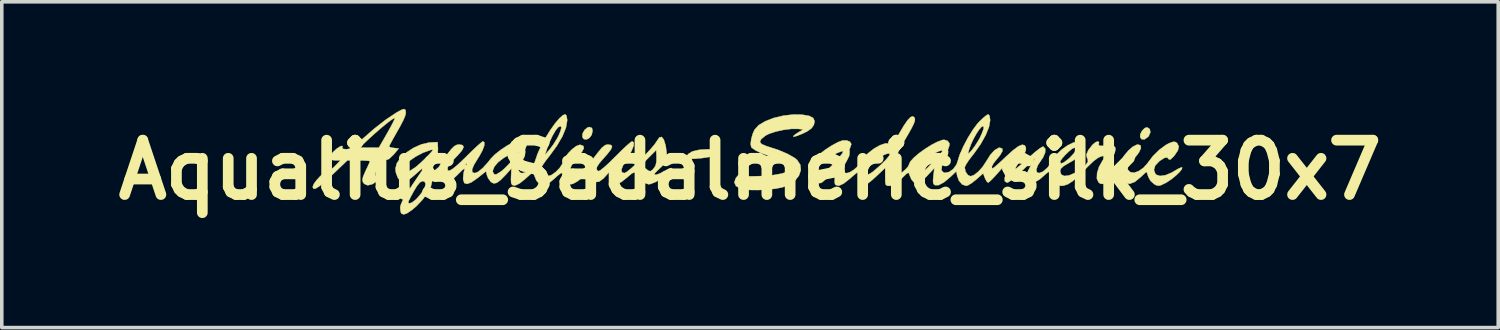
<source format=kicad_pcb>
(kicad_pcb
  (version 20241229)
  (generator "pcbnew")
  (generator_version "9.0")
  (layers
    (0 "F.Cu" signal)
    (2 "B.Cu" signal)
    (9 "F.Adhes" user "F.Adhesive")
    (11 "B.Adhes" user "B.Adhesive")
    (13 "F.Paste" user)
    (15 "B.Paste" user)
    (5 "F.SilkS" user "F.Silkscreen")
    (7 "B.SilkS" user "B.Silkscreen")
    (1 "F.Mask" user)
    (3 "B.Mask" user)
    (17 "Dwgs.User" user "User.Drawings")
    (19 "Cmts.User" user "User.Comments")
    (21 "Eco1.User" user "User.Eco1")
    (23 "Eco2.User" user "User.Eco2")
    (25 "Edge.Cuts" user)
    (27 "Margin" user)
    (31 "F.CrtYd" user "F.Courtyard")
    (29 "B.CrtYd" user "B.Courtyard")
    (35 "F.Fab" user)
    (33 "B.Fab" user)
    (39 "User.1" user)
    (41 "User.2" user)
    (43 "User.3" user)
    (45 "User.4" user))
  (footprint "Aqualius_Sadalmeric_silk_30x7"
    (layer "F.Cu")
    (at 17.969 1.713)
    (property "Reference" "Aqualius_Sadalmeric_silk_30x7" (at 0 0 0) (layer "F.SilkS") (effects (font (size 1.524 1.524) (thickness 0.3))))
    (attr through_hole)
    (fp_poly (pts (xy -4.43 -1.176) (xy -4.412 -1.095) (xy -4.438 -0.982) (xy -4.502 -0.898) (xy -4.582 -0.854) (xy -4.657 -0.865) (xy -4.697 -0.92) (xy -4.694 -1.018) (xy -4.637 -1.121) (xy -4.55 -1.191) (xy -4.5 -1.203) (xy -4.43 -1.176)) (stroke (width 0.01) (type solid)) (fill yes) (layer "F.SilkS"))
    (fp_poly (pts (xy 11.204 -1.144) (xy 11.219 -1.053) (xy 11.174 -0.95) (xy 11.16 -0.932) (xy 11.062 -0.859) (xy 10.979 -0.859) (xy 10.934 -0.914) (xy 10.937 -1.002) (xy 10.988 -1.1) (xy 11.063 -1.175) (xy 11.132 -1.194) (xy 11.204 -1.144)) (stroke (width 0.01) (type solid)) (fill yes) (layer "F.SilkS"))
    (fp_poly (pts (xy -0.992 -0.57) (xy -0.89 -0.543) (xy -0.873 -0.497) (xy -0.941 -0.431) (xy -0.955 -0.421) (xy -1.04 -0.388) (xy -1.174 -0.358) (xy -1.334 -0.334) (xy -1.498 -0.318) (xy -1.643 -0.312) (xy -1.745 -0.318) (xy -1.782 -0.339) (xy -1.738 -0.443) (xy -1.614 -0.52) (xy -1.417 -0.566) (xy -1.181 -0.579) (xy -0.992 -0.57)) (stroke (width 0.01) (type solid)) (fill yes) (layer "F.SilkS"))
    (fp_poly (pts (xy 1.454 -1.55) (xy 1.653 -1.517) (xy 1.771 -1.457) (xy 1.811 -1.365) (xy 1.788 -1.261) (xy 1.722 -1.166) (xy 1.598 -1.079) (xy 1.469 -1.016) (xy 1.316 -0.955) (xy 1.227 -0.931) (xy 1.209 -0.945) (xy 1.265 -0.995) (xy 1.348 -1.049) (xy 1.493 -1.136) (xy 1.337 -1.152) (xy 1.156 -1.151) (xy 0.94 -1.124) (xy 0.723 -1.076) (xy 0.537 -1.015) (xy 0.436 -0.964) (xy 0.315 -0.867) (xy 0.277 -0.79) (xy 0.324 -0.726) (xy 0.458 -0.668) (xy 0.521 -0.649) (xy 0.8 -0.558) (xy 1.047 -0.453) (xy 1.24 -0.344) (xy 1.318 -0.283) (xy 1.409 -0.147) (xy 1.424 0.004) (xy 1.371 0.159) (xy 1.258 0.302) (xy 1.091 0.418) (xy 0.907 0.487) (xy 0.711 0.525) (xy 0.478 0.55) (xy 0.235 0.563) (xy 0.009 0.561) (xy -0.175 0.545) (xy -0.267 0.524) (xy -0.395 0.448) (xy -0.439 0.346) (xy -0.397 0.226) (xy -0.339 0.157) (xy -0.252 0.087) (xy -0.172 0.047) (xy -0.119 0.042) (xy -0.111 0.075) (xy -0.139 0.117) (xy -0.158 0.148) (xy -0.145 0.168) (xy -0.087 0.178) (xy 0.028 0.179) (xy 0.215 0.174) (xy 0.313 0.171) (xy 0.637 0.146) (xy 0.893 0.101) (xy 1.075 0.037) (xy 1.177 -0.044) (xy 1.193 -0.077) (xy 1.169 -0.138) (xy 1.077 -0.209) (xy 0.935 -0.279) (xy 0.761 -0.338) (xy 0.67 -0.361) (xy 0.483 -0.41) (xy 0.3 -0.478) (xy 0.147 -0.553) (xy 0.048 -0.624) (xy 0.034 -0.641) (xy 0.018 -0.729) (xy 0.034 -0.864) (xy 0.076 -1.014) (xy 0.128 -1.13) (xy 0.244 -1.256) (xy 0.43 -1.367) (xy 0.667 -1.458) (xy 0.935 -1.522) (xy 1.216 -1.554) (xy 1.454 -1.55)) (stroke (width 0.01) (type solid)) (fill yes) (layer "F.SilkS"))
    (fp_poly (pts (xy -9.662 -1.688) (xy -9.654 -1.672) (xy -9.645 -1.608) (xy -9.663 -1.52) (xy -9.716 -1.395) (xy -9.807 -1.22) (xy -9.914 -1.031) (xy -10.003 -0.874) (xy -10.072 -0.747) (xy -10.111 -0.67) (xy -10.115 -0.656) (xy -10.077 -0.633) (xy -9.983 -0.616) (xy -9.98 -0.616) (xy -9.845 -0.602) (xy -9.984 -0.434) (xy -10.115 -0.309) (xy -10.231 -0.267) (xy -10.31 -0.247) (xy -10.378 -0.174) (xy -10.436 -0.068) (xy -10.495 0.076) (xy -10.498 0.154) (xy -10.443 0.17) (xy -10.355 0.139) (xy -10.254 0.102) (xy -10.224 0.111) (xy -10.266 0.165) (xy -10.376 0.26) (xy -10.411 0.287) (xy -10.582 0.397) (xy -10.713 0.431) (xy -10.81 0.39) (xy -10.845 0.347) (xy -10.863 0.281) (xy -10.843 0.186) (xy -10.78 0.04) (xy -10.772 0.023) (xy -10.708 -0.11) (xy -10.664 -0.208) (xy -10.65 -0.246) (xy -10.691 -0.256) (xy -10.799 -0.264) (xy -10.951 -0.267) (xy -10.968 -0.267) (xy -11.285 -0.267) (xy -11.705 0.134) (xy -11.911 0.325) (xy -12.065 0.453) (xy -12.17 0.519) (xy -12.231 0.528) (xy -12.254 0.481) (xy -12.254 0.468) (xy -12.223 0.39) (xy -12.146 0.285) (xy -12.045 0.175) (xy -11.944 0.087) (xy -11.865 0.045) (xy -11.857 0.045) (xy -11.783 0.014) (xy -11.682 -0.062) (xy -11.631 -0.111) (xy -11.479 -0.267) (xy -11.619 -0.267) (xy -11.742 -0.284) (xy -11.785 -0.336) (xy -11.749 -0.426) (xy -11.671 -0.516) (xy -11.58 -0.598) (xy -11.495 -0.653) (xy -11.434 -0.675) (xy -11.416 -0.654) (xy -11.43 -0.624) (xy -11.412 -0.593) (xy -11.325 -0.579) (xy -11.317 -0.579) (xy -11.229 -0.594) (xy -11.164 -0.627) (xy -10.94 -0.627) (xy -10.671 -0.625) (xy -10.402 -0.624) (xy -10.168 -1.031) (xy -10.074 -1.2) (xy -10.002 -1.338) (xy -9.959 -1.429) (xy -9.953 -1.456) (xy -9.996 -1.44) (xy -10.091 -1.375) (xy -10.224 -1.271) (xy -10.381 -1.14) (xy -10.549 -0.992) (xy -10.677 -0.875) (xy -10.94 -0.627) (xy -11.164 -0.627) (xy -11.13 -0.645) (xy -11.002 -0.743) (xy -10.88 -0.852) (xy -10.533 -1.155) (xy -10.207 -1.409) (xy -9.915 -1.604) (xy -9.887 -1.62) (xy -9.764 -1.687) (xy -9.696 -1.708) (xy -9.662 -1.688)) (stroke (width 0.01) (type solid)) (fill yes) (layer "F.SilkS"))
    (fp_poly (pts (xy -5.142 -1.519) (xy -5.125 -1.41) (xy -5.125 -1.38) (xy -5.159 -1.184) (xy -5.256 -0.946) (xy -5.411 -0.68) (xy -5.61 -0.407) (xy -5.716 -0.271) (xy -5.795 -0.16) (xy -5.835 -0.094) (xy -5.838 -0.086) (xy -5.814 0.022) (xy -5.756 0.121) (xy -5.687 0.176) (xy -5.671 0.178) (xy -5.565 0.143) (xy -5.443 0.056) (xy -5.331 -0.06) (xy -5.257 -0.178) (xy -5.243 -0.22) (xy -5.194 -0.336) (xy -5.1 -0.464) (xy -4.985 -0.582) (xy -4.868 -0.67) (xy -4.771 -0.705) (xy -4.758 -0.705) (xy -4.673 -0.674) (xy -4.656 -0.612) (xy -4.707 -0.512) (xy -4.83 -0.367) (xy -4.835 -0.361) (xy -4.969 -0.195) (xy -5.028 -0.064) (xy -5.013 0.027) (xy -4.923 0.076) (xy -4.895 0.081) (xy -4.777 0.052) (xy -4.628 -0.058) (xy -4.448 -0.25) (xy -4.266 -0.484) (xy -4.15 -0.625) (xy -4.056 -0.697) (xy -3.99 -0.713) (xy -3.897 -0.7) (xy -3.865 -0.658) (xy -3.896 -0.577) (xy -3.993 -0.451) (xy -4.078 -0.355) (xy -4.216 -0.197) (xy -4.289 -0.086) (xy -4.301 -0.014) (xy -4.258 0.028) (xy -4.243 0.034) (xy -4.194 0.01) (xy -4.097 -0.067) (xy -3.965 -0.186) (xy -3.811 -0.337) (xy -3.772 -0.375) (xy -3.614 -0.533) (xy -3.476 -0.664) (xy -3.37 -0.757) (xy -3.309 -0.8) (xy -3.303 -0.802) (xy -3.257 -0.769) (xy -3.262 -0.678) (xy -3.317 -0.539) (xy -3.418 -0.365) (xy -3.431 -0.346) (xy -3.549 -0.151) (xy -3.602 -0.015) (xy -3.591 0.065) (xy -3.522 0.089) (xy -3.46 0.058) (xy -3.354 -0.025) (xy -3.226 -0.139) (xy -3.046 -0.139) (xy -2.938 -0.049) (xy -2.846 0.022) (xy -2.787 0.035) (xy -2.729 -0.008) (xy -2.704 -0.036) (xy -2.647 -0.122) (xy -2.622 -0.235) (xy -2.621 -0.404) (xy -2.622 -0.423) (xy -2.629 -0.556) (xy -2.838 -0.347) (xy -3.046 -0.139) (xy -3.226 -0.139) (xy -3.218 -0.146) (xy -3.068 -0.29) (xy -2.917 -0.443) (xy -2.781 -0.59) (xy -2.675 -0.716) (xy -2.612 -0.808) (xy -2.612 -0.809) (xy -2.541 -0.912) (xy -2.476 -0.926) (xy -2.417 -0.852) (xy -2.367 -0.692) (xy -2.362 -0.672) (xy -2.333 -0.445) (xy -2.361 -0.268) (xy -2.454 -0.116) (xy -2.579 0.002) (xy -2.664 0.085) (xy -2.678 0.129) (xy -2.628 0.134) (xy -2.525 0.098) (xy -2.377 0.021) (xy -2.377 0.02) (xy -2.251 -0.045) (xy -2.192 -0.054) (xy -2.205 -0.011) (xy -2.29 0.083) (xy -2.306 0.099) (xy -2.469 0.231) (xy -2.638 0.334) (xy -2.786 0.393) (xy -2.844 0.401) (xy -2.944 0.368) (xy -3.06 0.286) (xy -3.162 0.181) (xy -3.216 0.089) (xy -3.246 0.066) (xy -3.311 0.098) (xy -3.422 0.19) (xy -3.446 0.212) (xy -3.608 0.339) (xy -3.739 0.398) (xy -3.769 0.401) (xy -3.841 0.394) (xy -3.872 0.358) (xy -3.872 0.268) (xy -3.867 0.212) (xy -3.846 0.07) (xy -3.818 -0.046) (xy -3.811 -0.067) (xy -3.816 -0.081) (xy -3.867 -0.034) (xy -3.95 0.063) (xy -3.961 0.076) (xy -4.108 0.239) (xy -4.225 0.326) (xy -4.322 0.34) (xy -4.407 0.283) (xy -4.42 0.268) (xy -4.48 0.173) (xy -4.501 0.103) (xy -4.53 0.09) (xy -4.612 0.14) (xy -4.708 0.219) (xy -4.835 0.317) (xy -4.951 0.383) (xy -5.017 0.401) (xy -5.123 0.362) (xy -5.212 0.265) (xy -5.257 0.142) (xy -5.258 0.118) (xy -5.271 0.084) (xy -5.316 0.099) (xy -5.404 0.17) (xy -5.479 0.239) (xy -5.604 0.344) (xy -5.714 0.419) (xy -5.784 0.446) (xy -5.894 0.405) (xy -5.988 0.296) (xy -6.039 0.167) (xy -6.07 0.045) (xy -6.295 0.247) (xy -6.452 0.373) (xy -6.571 0.433) (xy -6.613 0.437) (xy -6.668 0.418) (xy -6.694 0.368) (xy -6.699 0.264) (xy -6.697 0.191) (xy -6.687 -0.041) (xy -6.849 0.138) (xy -6.992 0.284) (xy -7.099 0.362) (xy -7.183 0.378) (xy -7.259 0.339) (xy -7.263 0.334) (xy -7.339 0.232) (xy -7.372 0.15) (xy -7.4 0.039) (xy -7.63 0.222) (xy -7.804 0.344) (xy -7.929 0.392) (xy -8.007 0.367) (xy -8.039 0.268) (xy -8.04 0.223) (xy -8.027 0.089) (xy -8.001 -0.02) (xy -8 -0.022) (xy -8.01 -0.036) (xy -8.067 0.007) (xy -8.161 0.098) (xy -8.188 0.127) (xy -8.337 0.269) (xy -8.449 0.337) (xy -8.537 0.331) (xy -8.611 0.254) (xy -8.647 0.187) (xy -8.716 0.041) (xy -8.814 0.146) (xy -8.883 0.243) (xy -8.912 0.328) (xy -8.946 0.472) (xy -9.04 0.647) (xy -9.178 0.834) (xy -9.349 1.014) (xy -9.464 1.113) (xy -9.605 1.21) (xy -9.702 1.246) (xy -9.769 1.222) (xy -9.774 1.218) (xy -9.795 1.156) (xy -9.804 1.055) (xy -9.791 0.987) (xy -9.758 0.907) (xy -9.581 0.907) (xy -9.553 0.939) (xy -9.481 0.916) (xy -9.384 0.845) (xy -9.327 0.791) (xy -9.197 0.633) (xy -9.117 0.495) (xy -9.091 0.389) (xy -9.123 0.325) (xy -9.177 0.312) (xy -9.249 0.346) (xy -9.337 0.453) (xy -9.423 0.595) (xy -9.5 0.737) (xy -9.556 0.847) (xy -9.58 0.905) (xy -9.581 0.907) (xy -9.758 0.907) (xy -9.751 0.89) (xy -9.679 0.757) (xy -9.569 0.579) (xy -9.417 0.349) (xy -9.218 0.057) (xy -9.136 -0.061) (xy -9.135 -0.076) (xy -9.189 -0.039) (xy -9.287 0.044) (xy -9.35 0.1) (xy -9.488 0.218) (xy -9.611 0.307) (xy -9.698 0.353) (xy -9.716 0.356) (xy -9.799 0.316) (xy -9.873 0.213) (xy -9.924 0.074) (xy -9.929 0.031) (xy -9.759 0.031) (xy -9.727 0.075) (xy -9.642 0.07) (xy -9.522 0.019) (xy -9.383 -0.071) (xy -9.361 -0.088) (xy -9.235 -0.197) (xy -9.093 -0.332) (xy -9.024 -0.402) (xy -8.928 -0.505) (xy -8.891 -0.557) (xy -8.907 -0.569) (xy -8.957 -0.558) (xy -9.164 -0.483) (xy -9.364 -0.378) (xy -9.54 -0.258) (xy -9.674 -0.134) (xy -9.749 -0.019) (xy -9.759 0.031) (xy -9.929 0.031) (xy -9.937 -0.042) (xy -9.897 -0.19) (xy -9.787 -0.344) (xy -9.624 -0.492) (xy -9.428 -0.62) (xy -9.214 -0.716) (xy -9.001 -0.767) (xy -8.952 -0.771) (xy -8.756 -0.78) (xy -8.746 -0.602) (xy -8.75 -0.485) (xy -8.787 -0.374) (xy -8.867 -0.237) (xy -8.912 -0.17) (xy -8.997 -0.037) (xy -9.044 0.063) (xy -9.046 0.111) (xy -9.046 0.111) (xy -8.99 0.102) (xy -8.897 0.052) (xy -8.797 -0.017) (xy -8.718 -0.087) (xy -8.689 -0.135) (xy -8.664 -0.185) (xy -8.598 -0.285) (xy -8.504 -0.416) (xy -8.485 -0.441) (xy -8.37 -0.586) (xy -8.285 -0.669) (xy -8.21 -0.706) (xy -8.151 -0.713) (xy -8.052 -0.695) (xy -8.026 -0.639) (xy -8.075 -0.543) (xy -8.198 -0.402) (xy -8.24 -0.36) (xy -8.354 -0.24) (xy -8.438 -0.134) (xy -8.474 -0.067) (xy -8.472 0.01) (xy -8.425 0.022) (xy -8.33 -0.032) (xy -8.184 -0.152) (xy -8.18 -0.156) (xy -7.976 -0.156) (xy -7.954 -0.134) (xy -7.932 -0.156) (xy -7.954 -0.178) (xy -7.976 -0.156) (xy -8.18 -0.156) (xy -7.986 -0.341) (xy -7.952 -0.375) (xy -7.793 -0.532) (xy -7.654 -0.663) (xy -7.549 -0.756) (xy -7.49 -0.8) (xy -7.484 -0.802) (xy -7.443 -0.768) (xy -7.45 -0.677) (xy -7.501 -0.542) (xy -7.592 -0.377) (xy -7.62 -0.334) (xy -7.736 -0.143) (xy -7.79 -0.011) (xy -7.782 0.065) (xy -7.714 0.089) (xy -7.618 0.052) (xy -7.577 0.018) (xy -7.209 0.018) (xy -7.203 0.066) (xy -7.167 0.122) (xy -7.109 0.122) (xy -7.011 0.065) (xy -6.963 0.031) (xy -6.879 -0.042) (xy -6.774 -0.148) (xy -6.665 -0.267) (xy -6.569 -0.381) (xy -6.501 -0.471) (xy -6.478 -0.52) (xy -6.479 -0.522) (xy -6.532 -0.52) (xy -6.639 -0.479) (xy -6.777 -0.41) (xy -6.904 -0.336) (xy -7.059 -0.217) (xy -7.165 -0.094) (xy -7.209 0.018) (xy -7.577 0.018) (xy -7.49 -0.054) (xy -7.341 -0.218) (xy -7.266 -0.314) (xy -7.152 -0.432) (xy -6.989 -0.561) (xy -6.805 -0.683) (xy -6.629 -0.778) (xy -6.499 -0.826) (xy -6.379 -0.828) (xy -6.289 -0.789) (xy -6.25 -0.724) (xy -6.274 -0.657) (xy -6.305 -0.568) (xy -6.3 -0.504) (xy -6.311 -0.396) (xy -6.382 -0.25) (xy -6.396 -0.229) (xy -6.473 -0.081) (xy -6.484 0.025) (xy -6.43 0.082) (xy -6.38 0.089) (xy -6.251 0.049) (xy -6.13 -0.058) (xy -6.038 -0.208) (xy -6.013 -0.281) (xy -5.964 -0.423) (xy -5.747 -0.423) (xy -5.612 -0.579) (xy -5.51 -0.716) (xy -5.407 -0.882) (xy -5.369 -0.953) (xy -5.307 -1.099) (xy -5.287 -1.195) (xy -5.31 -1.231) (xy -5.375 -1.198) (xy -5.377 -1.197) (xy -5.45 -1.107) (xy -5.537 -0.956) (xy -5.623 -0.771) (xy -5.685 -0.606) (xy -5.747 -0.423) (xy -5.964 -0.423) (xy -5.947 -0.47) (xy -5.851 -0.682) (xy -5.732 -0.899) (xy -5.602 -1.109) (xy -5.471 -1.295) (xy -5.347 -1.442) (xy -5.242 -1.535) (xy -5.177 -1.56) (xy -5.142 -1.519)) (stroke (width 0.01) (type solid)) (fill yes) (layer "F.SilkS"))
    (fp_poly (pts (xy 6.712 -1.519) (xy 6.728 -1.412) (xy 6.729 -1.389) (xy 6.697 -1.206) (xy 6.607 -0.982) (xy 6.468 -0.732) (xy 6.289 -0.476) (xy 6.24 -0.415) (xy 6.134 -0.276) (xy 6.055 -0.156) (xy 6.017 -0.076) (xy 6.016 -0.066) (xy 6.043 0.053) (xy 6.108 0.144) (xy 6.184 0.177) (xy 6.281 0.14) (xy 6.4 0.045) (xy 6.518 -0.086) (xy 6.616 -0.235) (xy 6.617 -0.236) (xy 6.733 -0.421) (xy 6.853 -0.553) (xy 6.964 -0.619) (xy 6.998 -0.624) (xy 7.071 -0.598) (xy 7.073 -0.525) (xy 7.004 -0.408) (xy 6.929 -0.318) (xy 6.826 -0.189) (xy 6.776 -0.096) (xy 6.784 -0.048) (xy 6.802 -0.045) (xy 6.844 -0.074) (xy 6.935 -0.152) (xy 7.062 -0.267) (xy 7.18 -0.379) (xy 7.376 -0.556) (xy 7.523 -0.664) (xy 7.629 -0.708) (xy 7.698 -0.689) (xy 7.726 -0.643) (xy 7.734 -0.581) (xy 7.71 -0.498) (xy 7.646 -0.379) (xy 7.535 -0.207) (xy 7.516 -0.178) (xy 7.456 -0.087) (xy 7.434 -0.039) (xy 7.454 -0.039) (xy 7.522 -0.09) (xy 7.644 -0.195) (xy 7.824 -0.357) (xy 7.861 -0.391) (xy 8 -0.511) (xy 8.117 -0.602) (xy 8.197 -0.651) (xy 8.217 -0.655) (xy 8.273 -0.597) (xy 8.272 -0.493) (xy 8.219 -0.361) (xy 8.158 -0.271) (xy 8.065 -0.13) (xy 8.024 -0.013) (xy 8.038 0.064) (xy 8.099 0.088) (xy 8.208 0.047) (xy 8.33 -0.057) (xy 8.444 -0.207) (xy 8.456 -0.228) (xy 8.689 -0.228) (xy 8.713 -0.182) (xy 8.786 -0.205) (xy 8.91 -0.298) (xy 8.957 -0.339) (xy 9.07 -0.457) (xy 9.129 -0.552) (xy 9.127 -0.61) (xy 9.085 -0.624) (xy 9.025 -0.593) (xy 8.932 -0.516) (xy 8.83 -0.417) (xy 8.743 -0.318) (xy 8.694 -0.244) (xy 8.689 -0.228) (xy 8.456 -0.228) (xy 8.488 -0.284) (xy 8.591 -0.433) (xy 8.733 -0.57) (xy 8.896 -0.686) (xy 9.06 -0.767) (xy 9.206 -0.802) (xy 9.31 -0.782) (xy 9.353 -0.709) (xy 9.347 -0.595) (xy 9.295 -0.471) (xy 9.271 -0.436) (xy 9.183 -0.355) (xy 9.049 -0.261) (xy 8.936 -0.196) (xy 8.788 -0.109) (xy 8.711 -0.036) (xy 8.69 0.03) (xy 8.721 0.129) (xy 8.809 0.169) (xy 8.943 0.152) (xy 9.113 0.079) (xy 9.255 -0.012) (xy 9.401 -0.131) (xy 9.469 -0.227) (xy 9.463 -0.309) (xy 9.445 -0.337) (xy 9.426 -0.427) (xy 9.48 -0.554) (xy 9.594 -0.702) (xy 9.679 -0.774) (xy 9.748 -0.801) (xy 9.782 -0.777) (xy 9.774 -0.733) (xy 9.773 -0.694) (xy 9.818 -0.676) (xy 9.929 -0.675) (xy 9.987 -0.678) (xy 10.126 -0.682) (xy 10.2 -0.67) (xy 10.232 -0.632) (xy 10.242 -0.586) (xy 10.218 -0.465) (xy 10.147 -0.363) (xy 10.033 -0.22) (xy 9.962 -0.089) (xy 9.938 0.016) (xy 9.966 0.078) (xy 10.008 0.089) (xy 10.15 0.049) (xy 10.285 -0.058) (xy 10.388 -0.211) (xy 10.405 -0.251) (xy 10.485 -0.401) (xy 10.6 -0.541) (xy 10.726 -0.651) (xy 10.843 -0.709) (xy 10.875 -0.713) (xy 10.948 -0.686) (xy 10.955 -0.608) (xy 10.897 -0.487) (xy 10.775 -0.327) (xy 10.759 -0.309) (xy 10.643 -0.169) (xy 10.587 -0.073) (xy 10.589 -0.006) (xy 10.644 0.05) (xy 10.662 0.062) (xy 10.763 0.078) (xy 10.891 0.033) (xy 11.025 -0.06) (xy 11.14 -0.188) (xy 11.155 -0.211) (xy 11.296 -0.394) (xy 11.473 -0.567) (xy 11.656 -0.702) (xy 11.756 -0.754) (xy 11.862 -0.79) (xy 11.927 -0.783) (xy 11.972 -0.747) (xy 12.017 -0.659) (xy 11.991 -0.547) (xy 11.892 -0.401) (xy 11.873 -0.379) (xy 11.788 -0.297) (xy 11.74 -0.293) (xy 11.736 -0.301) (xy 11.691 -0.35) (xy 11.614 -0.338) (xy 11.492 -0.261) (xy 11.468 -0.243) (xy 11.356 -0.124) (xy 11.319 -0.002) (xy 11.358 0.106) (xy 11.386 0.134) (xy 11.492 0.168) (xy 11.645 0.146) (xy 11.823 0.072) (xy 11.912 0.018) (xy 12.019 -0.044) (xy 12.094 -0.072) (xy 12.111 -0.07) (xy 12.102 -0.022) (xy 12.037 0.059) (xy 11.934 0.158) (xy 11.81 0.259) (xy 11.682 0.345) (xy 11.647 0.364) (xy 11.525 0.424) (xy 11.446 0.443) (xy 11.375 0.424) (xy 11.33 0.4) (xy 11.226 0.307) (xy 11.165 0.199) (xy 11.133 0.103) (xy 11.115 0.055) (xy 11.115 0.054) (xy 11.082 0.075) (xy 11.008 0.143) (xy 10.953 0.196) (xy 10.785 0.334) (xy 10.639 0.389) (xy 10.517 0.362) (xy 10.464 0.314) (xy 10.404 0.211) (xy 10.383 0.129) (xy 10.375 0.067) (xy 10.345 0.054) (xy 10.28 0.094) (xy 10.167 0.192) (xy 10.133 0.223) (xy 9.995 0.339) (xy 9.896 0.392) (xy 9.82 0.386) (xy 9.768 0.348) (xy 9.72 0.242) (xy 9.726 0.091) (xy 9.779 -0.083) (xy 9.875 -0.256) (xy 9.931 -0.33) (xy 9.974 -0.386) (xy 9.957 -0.402) (xy 9.867 -0.388) (xy 9.86 -0.387) (xy 9.758 -0.345) (xy 9.628 -0.248) (xy 9.461 -0.089) (xy 9.395 -0.02) (xy 9.196 0.18) (xy 9.037 0.317) (xy 8.905 0.401) (xy 8.785 0.44) (xy 8.714 0.446) (xy 8.58 0.406) (xy 8.473 0.307) (xy 8.423 0.176) (xy 8.422 0.156) (xy 8.408 0.067) (xy 8.363 0.055) (xy 8.279 0.12) (xy 8.249 0.15) (xy 8.125 0.258) (xy 7.986 0.342) (xy 7.859 0.388) (xy 7.782 0.387) (xy 7.72 0.325) (xy 7.722 0.207) (xy 7.789 0.032) (xy 7.849 -0.084) (xy 7.989 -0.334) (xy 7.636 0.011) (xy 7.487 0.151) (xy 7.354 0.264) (xy 7.253 0.336) (xy 7.207 0.356) (xy 7.144 0.323) (xy 7.134 0.233) (xy 7.175 0.099) (xy 7.24 -0.022) (xy 7.318 -0.164) (xy 7.349 -0.258) (xy 7.333 -0.294) (xy 7.291 -0.281) (xy 7.236 -0.232) (xy 7.14 -0.133) (xy 7.021 -0.002) (xy 6.971 0.056) (xy 6.851 0.19) (xy 6.751 0.293) (xy 6.686 0.35) (xy 6.672 0.356) (xy 6.63 0.319) (xy 6.584 0.23) (xy 6.583 0.226) (xy 6.534 0.096) (xy 6.335 0.271) (xy 6.215 0.366) (xy 6.11 0.429) (xy 6.057 0.446) (xy 5.944 0.405) (xy 5.853 0.296) (xy 5.807 0.17) (xy 5.781 0.039) (xy 5.62 0.192) (xy 5.434 0.347) (xy 5.286 0.425) (xy 5.182 0.426) (xy 5.141 0.391) (xy 5.128 0.313) (xy 5.139 0.174) (xy 5.166 -0.051) (xy 4.953 0.175) (xy 4.841 0.288) (xy 4.747 0.369) (xy 4.692 0.401) (xy 4.691 0.401) (xy 4.607 0.363) (xy 4.525 0.269) (xy 4.473 0.151) (xy 4.456 0.094) (xy 4.43 0.079) (xy 4.379 0.112) (xy 4.288 0.2) (xy 4.246 0.243) (xy 4.105 0.371) (xy 3.991 0.434) (xy 3.917 0.446) (xy 3.844 0.441) (xy 3.805 0.414) (xy 3.79 0.342) (xy 3.788 0.204) (xy 3.788 0.194) (xy 3.788 -0.057) (xy 3.545 0.172) (xy 3.423 0.283) (xy 3.322 0.364) (xy 3.262 0.4) (xy 3.258 0.401) (xy 3.196 0.364) (xy 3.13 0.278) (xy 3.084 0.176) (xy 3.075 0.124) (xy 3.068 0.067) (xy 3.046 0.056) (xy 3.255 0.056) (xy 3.271 0.122) (xy 3.33 0.122) (xy 3.439 0.053) (xy 3.599 -0.083) (xy 3.644 -0.124) (xy 3.804 -0.281) (xy 3.896 -0.391) (xy 3.919 -0.453) (xy 3.872 -0.464) (xy 3.806 -0.444) (xy 3.63 -0.363) (xy 3.469 -0.266) (xy 3.346 -0.167) (xy 3.283 -0.083) (xy 3.281 -0.077) (xy 3.255 0.056) (xy 3.046 0.056) (xy 3.041 0.054) (xy 2.981 0.088) (xy 2.876 0.176) (xy 2.798 0.245) (xy 2.623 0.382) (xy 2.492 0.442) (xy 2.403 0.423) (xy 2.382 0.398) (xy 2.37 0.328) (xy 2.376 0.207) (xy 2.383 0.149) (xy 2.413 -0.052) (xy 2.246 0.132) (xy 2.137 0.245) (xy 2.037 0.333) (xy 1.993 0.363) (xy 1.894 0.374) (xy 1.805 0.309) (xy 1.738 0.181) (xy 1.706 0.036) (xy 1.705 0.018) (xy 1.882 0.018) (xy 1.888 0.066) (xy 1.924 0.122) (xy 1.982 0.122) (xy 2.08 0.065) (xy 2.127 0.031) (xy 2.212 -0.042) (xy 2.317 -0.148) (xy 2.425 -0.267) (xy 2.522 -0.381) (xy 2.59 -0.471) (xy 2.613 -0.52) (xy 2.612 -0.522) (xy 2.558 -0.52) (xy 2.451 -0.479) (xy 2.313 -0.41) (xy 2.187 -0.336) (xy 2.032 -0.217) (xy 1.926 -0.094) (xy 1.882 0.018) (xy 1.705 0.018) (xy 1.701 -0.104) (xy 1.735 -0.208) (xy 1.81 -0.311) (xy 1.936 -0.433) (xy 2.106 -0.565) (xy 2.292 -0.686) (xy 2.467 -0.78) (xy 2.592 -0.826) (xy 2.712 -0.828) (xy 2.802 -0.789) (xy 2.84 -0.724) (xy 2.817 -0.657) (xy 2.786 -0.568) (xy 2.791 -0.504) (xy 2.78 -0.396) (xy 2.708 -0.25) (xy 2.695 -0.229) (xy 2.617 -0.08) (xy 2.606 0.026) (xy 2.662 0.082) (xy 2.713 0.089) (xy 2.804 0.061) (xy 2.913 -0.008) (xy 3.011 -0.095) (xy 3.069 -0.176) (xy 3.075 -0.2) (xy 3.106 -0.258) (xy 3.188 -0.352) (xy 3.302 -0.463) (xy 3.474 -0.598) (xy 3.642 -0.693) (xy 3.79 -0.744) (xy 3.899 -0.741) (xy 3.931 -0.722) (xy 3.968 -0.717) (xy 4.023 -0.769) (xy 4.103 -0.888) (xy 4.177 -1.015) (xy 4.313 -1.245) (xy 4.42 -1.399) (xy 4.502 -1.483) (xy 4.564 -1.502) (xy 4.594 -1.484) (xy 4.62 -1.443) (xy 4.62 -1.385) (xy 4.591 -1.297) (xy 4.526 -1.167) (xy 4.421 -0.981) (xy 4.349 -0.859) (xy 4.168 -0.532) (xy 4.044 -0.266) (xy 3.979 -0.061) (xy 3.974 0.08) (xy 4.027 0.157) (xy 4.062 0.169) (xy 4.137 0.149) (xy 4.242 0.083) (xy 4.316 0.021) (xy 4.634 0.021) (xy 4.664 0.104) (xy 4.708 0.129) (xy 4.766 0.115) (xy 4.85 0.056) (xy 4.971 -0.057) (xy 5.091 -0.18) (xy 5.219 -0.318) (xy 5.321 -0.435) (xy 5.381 -0.514) (xy 5.392 -0.537) (xy 5.358 -0.546) (xy 5.271 -0.516) (xy 5.149 -0.456) (xy 5.013 -0.377) (xy 4.882 -0.29) (xy 4.792 -0.218) (xy 4.677 -0.091) (xy 4.634 0.021) (xy 4.316 0.021) (xy 4.349 -0.006) (xy 4.429 -0.095) (xy 4.456 -0.154) (xy 4.493 -0.236) (xy 4.592 -0.345) (xy 4.735 -0.467) (xy 4.905 -0.59) (xy 5.082 -0.701) (xy 5.249 -0.788) (xy 5.388 -0.839) (xy 5.442 -0.846) (xy 5.535 -0.816) (xy 5.59 -0.746) (xy 5.584 -0.666) (xy 5.575 -0.652) (xy 5.545 -0.561) (xy 5.552 -0.517) (xy 5.546 -0.432) (xy 5.489 -0.307) (xy 5.461 -0.263) (xy 5.377 -0.104) (xy 5.364 0.008) (xy 5.423 0.07) (xy 5.462 0.08) (xy 5.58 0.057) (xy 5.697 -0.028) (xy 5.786 -0.151) (xy 5.816 -0.234) (xy 5.875 -0.425) (xy 5.894 -0.468) (xy 6.114 -0.468) (xy 6.128 -0.461) (xy 6.181 -0.517) (xy 6.217 -0.557) (xy 6.308 -0.679) (xy 6.405 -0.834) (xy 6.442 -0.901) (xy 6.504 -1.035) (xy 6.543 -1.145) (xy 6.551 -1.186) (xy 6.533 -1.23) (xy 6.487 -1.207) (xy 6.421 -1.131) (xy 6.344 -1.017) (xy 6.266 -0.877) (xy 6.196 -0.728) (xy 6.142 -0.581) (xy 6.129 -0.535) (xy 6.114 -0.468) (xy 5.894 -0.468) (xy 5.976 -0.655) (xy 6.103 -0.896) (xy 6.242 -1.121) (xy 6.376 -1.301) (xy 6.411 -1.34) (xy 6.525 -1.45) (xy 6.62 -1.529) (xy 6.676 -1.56) (xy 6.676 -1.56) (xy 6.712 -1.519)) (stroke (width 0.01) (type solid)) (fill yes) (layer "F.SilkS")))
  (gr_rect
    (start -3 -3)
    (end 38.937 6.131)
    (stroke (width 0.1) (type default))
    (fill no)
    (layer "Edge.Cuts")))
</source>
